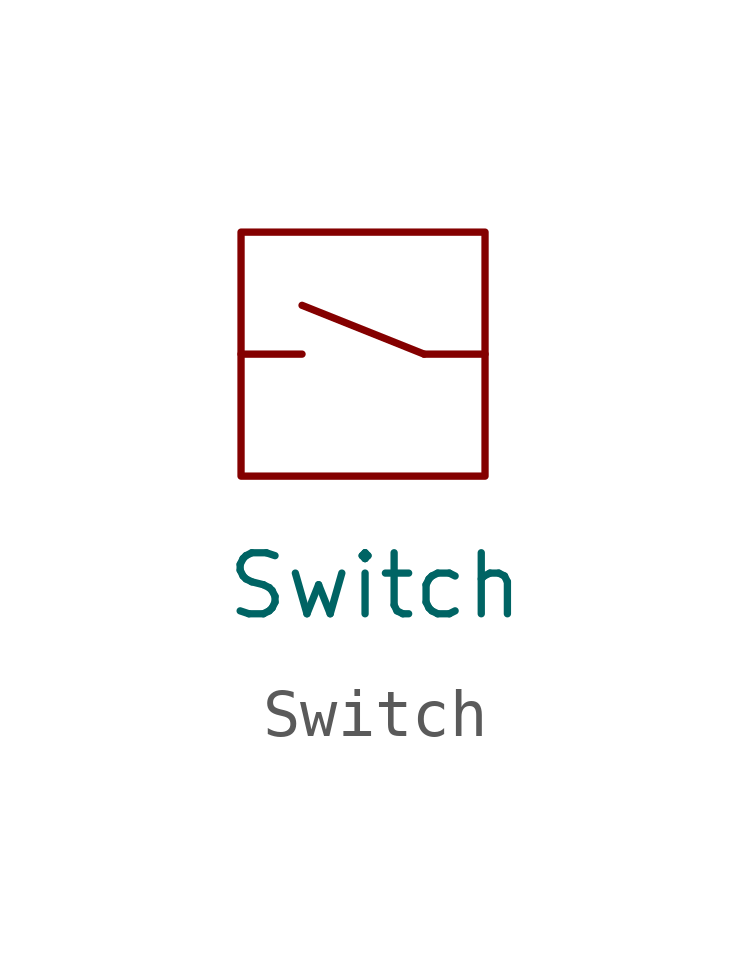
<source format=kicad_sym>
(kicad_symbol_lib
  (version 20211014)
  (generator kicad_symbol_editor)
  (symbol "Switch"
    (pin_names
      (offset 1.016))
    (property "Reference" "S"
      (at 0.254 -4.826 0)
      (effects (font (size 1.27 1.27)) hide))
    (property "Value" "Switch"
      (at 0.254 -4.826 0)
      (effects (font (size 1.27 1.27))))
    (symbol "Switch_0_1"
      (polyline (pts (xy 1.27 0) (xy -1.27 1.016)) (stroke (width 0) (type default) (color 0 0 0 0)) (fill (type none)))
      (rectangle (start 2.54 2.54) (end -2.54 -2.54) (stroke (width 0) (type default) (color 0 0 0 0)) (fill (type none))))
    (symbol "Switch_1_1"
      (pin input line (at -2.54 0 0) (length 1.27) (name "~" (effects (font (size 1.27 1.27)))) (number "" (effects (font (size 1.27 1.27)))))
      (pin input line (at 2.54 0 180) (length 1.27) (name "~" (effects (font (size 1.27 1.27)))) (number "" (effects (font (size 1.27 1.27))))))))
</source>
